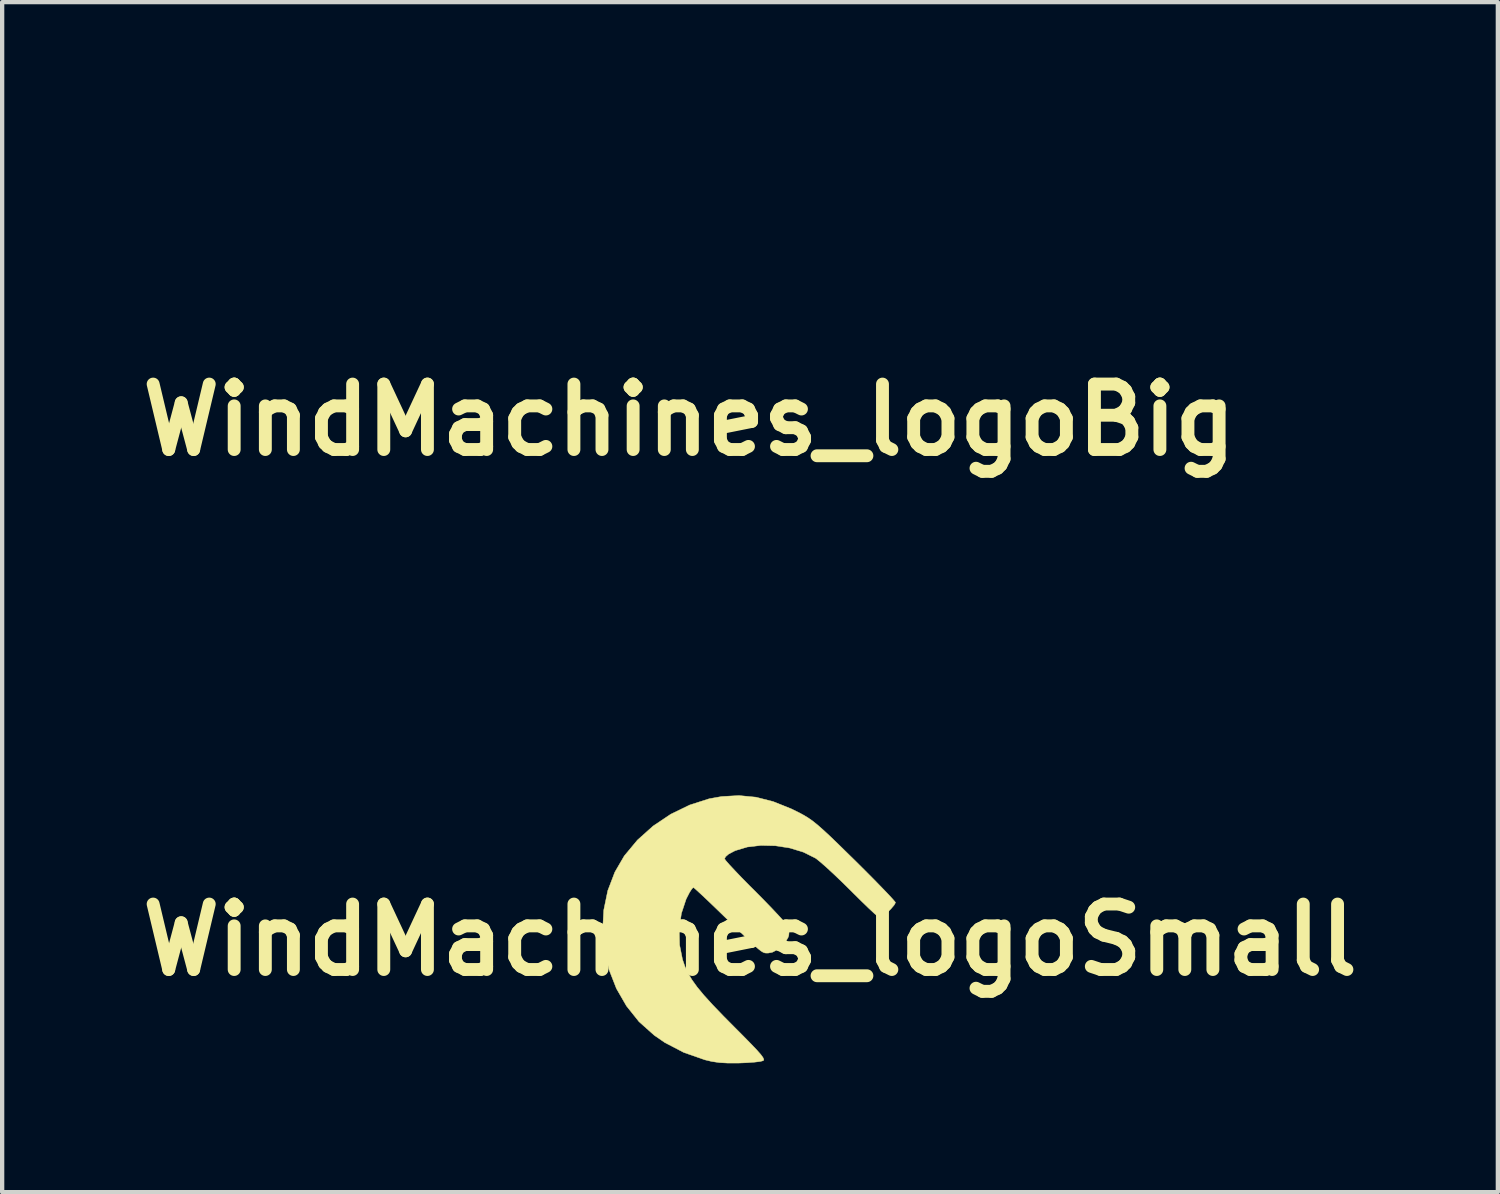
<source format=kicad_pcb>
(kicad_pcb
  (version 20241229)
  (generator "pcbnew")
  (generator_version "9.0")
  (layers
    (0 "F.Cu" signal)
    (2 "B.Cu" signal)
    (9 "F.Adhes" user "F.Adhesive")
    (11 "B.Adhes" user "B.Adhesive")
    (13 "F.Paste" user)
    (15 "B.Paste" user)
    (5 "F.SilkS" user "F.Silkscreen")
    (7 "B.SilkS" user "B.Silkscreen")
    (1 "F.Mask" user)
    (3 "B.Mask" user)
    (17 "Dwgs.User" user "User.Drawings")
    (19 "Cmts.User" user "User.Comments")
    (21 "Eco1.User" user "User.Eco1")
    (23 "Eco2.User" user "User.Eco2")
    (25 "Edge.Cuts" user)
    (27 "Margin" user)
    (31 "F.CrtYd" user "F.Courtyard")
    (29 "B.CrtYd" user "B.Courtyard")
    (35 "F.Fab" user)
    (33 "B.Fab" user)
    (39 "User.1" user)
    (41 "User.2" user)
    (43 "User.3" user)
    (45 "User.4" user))
  (footprint "WindMachines_logoBig"
    (layer "F.Cu")
    (at 12.998 6.727)
    (property "Reference" "WindMachines_logoBig" (at 0 0 0) (layer "F.SilkS") (effects (font (size 1.524 1.524) (thickness 0.3))))
    (attr through_hole)
    (fp_poly (pts (xy 0.276 -6.646) (xy 1.075 -6.443) (xy 1.917 -6.105) (xy 2.306 -5.914) (xy 2.516 -5.8) (xy 2.714 -5.679) (xy 2.918 -5.535) (xy 3.144 -5.354) (xy 3.411 -5.12) (xy 3.736 -4.817) (xy 4.137 -4.432) (xy 4.631 -3.948) (xy 4.889 -3.693) (xy 5.353 -3.232) (xy 5.776 -2.807) (xy 6.142 -2.433) (xy 6.438 -2.124) (xy 6.649 -1.896) (xy 6.76 -1.764) (xy 6.773 -1.739) (xy 6.715 -1.627) (xy 6.57 -1.454) (xy 6.384 -1.266) (xy 6.202 -1.106) (xy 6.07 -1.02) (xy 6.049 -1.016) (xy 5.967 -1.073) (xy 5.786 -1.234) (xy 5.523 -1.48) (xy 5.197 -1.795) (xy 4.828 -2.159) (xy 4.698 -2.289) (xy 4.295 -2.687) (xy 3.907 -3.058) (xy 3.558 -3.38) (xy 3.272 -3.631) (xy 3.075 -3.787) (xy 3.048 -3.806) (xy 2.492 -4.085) (xy 1.858 -4.278) (xy 1.184 -4.384) (xy 0.508 -4.4) (xy -0.129 -4.325) (xy -0.691 -4.157) (xy -0.995 -3.998) (xy -1.137 -3.873) (xy -1.185 -3.778) (xy -1.128 -3.693) (xy -0.966 -3.508) (xy -0.717 -3.239) (xy -0.397 -2.906) (xy -0.024 -2.526) (xy 0.217 -2.285) (xy 0.624 -1.875) (xy 0.996 -1.493) (xy 1.313 -1.156) (xy 1.557 -0.887) (xy 1.709 -0.705) (xy 1.746 -0.651) (xy 1.825 -0.437) (xy 1.805 -0.218) (xy 1.776 -0.121) (xy 1.609 0.172) (xy 1.342 0.42) (xy 1.034 0.578) (xy 0.851 0.611) (xy 0.767 0.614) (xy 0.693 0.607) (xy 0.613 0.579) (xy 0.513 0.518) (xy 0.376 0.41) (xy 0.189 0.244) (xy -0.065 0.006) (xy -0.399 -0.315) (xy -0.829 -0.733) (xy -1.207 -1.101) (xy -1.602 -1.483) (xy -1.959 -1.824) (xy -2.258 -2.106) (xy -2.482 -2.313) (xy -2.612 -2.426) (xy -2.635 -2.442) (xy -2.704 -2.385) (xy -2.818 -2.207) (xy -2.952 -1.946) (xy -2.977 -1.891) (xy -3.196 -1.233) (xy -3.298 -0.505) (xy -3.28 0.236) (xy -3.144 0.912) (xy -3.033 1.233) (xy -2.892 1.542) (xy -2.706 1.856) (xy -2.463 2.194) (xy -2.148 2.575) (xy -1.746 3.018) (xy -1.243 3.54) (xy -0.768 4.02) (xy -0.296 4.493) (xy 0.065 4.862) (xy 0.328 5.14) (xy 0.504 5.341) (xy 0.604 5.478) (xy 0.641 5.565) (xy 0.626 5.616) (xy 0.611 5.627) (xy 0.471 5.662) (xy 0.202 5.695) (xy -0.155 5.72) (xy -0.508 5.734) (xy -1.022 5.736) (xy -1.426 5.714) (xy -1.779 5.662) (xy -2.104 5.584) (xy -3.088 5.241) (xy -3.976 4.775) (xy -4.462 4.44) (xy -5.167 3.809) (xy -5.754 3.077) (xy -6.221 2.263) (xy -6.564 1.39) (xy -6.779 0.477) (xy -6.863 -0.454) (xy -6.812 -1.385) (xy -6.624 -2.293) (xy -6.294 -3.159) (xy -5.853 -3.914) (xy -5.242 -4.651) (xy -4.512 -5.303) (xy -3.691 -5.853) (xy -2.81 -6.283) (xy -1.899 -6.573) (xy -1.326 -6.676) (xy -0.513 -6.722) (xy 0.276 -6.646)) (stroke (width 0.01) (type solid)) (fill no) (layer "Eco2.User")))
  (footprint "WindMachines_logoSmall"
    (layer "F.Cu")
    (at 14.413 18.834)
    (property "Reference" "WindMachines_logoSmall" (at 0 0 0) (layer "F.SilkS") (effects (font (size 1.524 1.524) (thickness 0.3))))
    (attr through_hole)
    (fp_poly (pts (xy 0.138 -3.323) (xy 0.538 -3.221) (xy 0.958 -3.053) (xy 1.153 -2.957) (xy 1.258 -2.9) (xy 1.357 -2.839) (xy 1.459 -2.768) (xy 1.572 -2.677) (xy 1.705 -2.56) (xy 1.868 -2.409) (xy 2.068 -2.216) (xy 2.315 -1.974) (xy 2.445 -1.847) (xy 2.677 -1.616) (xy 2.888 -1.404) (xy 3.071 -1.216) (xy 3.219 -1.062) (xy 3.324 -0.948) (xy 3.38 -0.882) (xy 3.387 -0.869) (xy 3.358 -0.814) (xy 3.285 -0.727) (xy 3.192 -0.633) (xy 3.101 -0.553) (xy 3.035 -0.51) (xy 3.025 -0.508) (xy 2.984 -0.537) (xy 2.893 -0.617) (xy 2.761 -0.74) (xy 2.599 -0.897) (xy 2.414 -1.08) (xy 2.349 -1.145) (xy 2.147 -1.344) (xy 1.953 -1.529) (xy 1.779 -1.69) (xy 1.636 -1.815) (xy 1.538 -1.894) (xy 1.524 -1.903) (xy 1.246 -2.042) (xy 0.929 -2.139) (xy 0.592 -2.192) (xy 0.254 -2.2) (xy -0.065 -2.163) (xy -0.346 -2.078) (xy -0.497 -1.999) (xy -0.569 -1.937) (xy -0.593 -1.889) (xy -0.564 -1.847) (xy -0.483 -1.754) (xy -0.358 -1.62) (xy -0.199 -1.453) (xy -0.012 -1.263) (xy 0.109 -1.143) (xy 0.312 -0.938) (xy 0.498 -0.746) (xy 0.656 -0.578) (xy 0.779 -0.444) (xy 0.855 -0.353) (xy 0.873 -0.325) (xy 0.912 -0.219) (xy 0.903 -0.109) (xy 0.888 -0.06) (xy 0.804 0.086) (xy 0.671 0.21) (xy 0.517 0.289) (xy 0.425 0.306) (xy 0.384 0.307) (xy 0.347 0.304) (xy 0.307 0.29) (xy 0.256 0.259) (xy 0.188 0.205) (xy 0.094 0.122) (xy -0.032 0.003) (xy -0.199 -0.158) (xy -0.414 -0.366) (xy -0.604 -0.55) (xy -0.801 -0.741) (xy -0.979 -0.912) (xy -1.129 -1.053) (xy -1.241 -1.156) (xy -1.306 -1.213) (xy -1.317 -1.221) (xy -1.352 -1.192) (xy -1.409 -1.104) (xy -1.476 -0.973) (xy -1.489 -0.946) (xy -1.598 -0.616) (xy -1.649 -0.252) (xy -1.64 0.118) (xy -1.572 0.456) (xy -1.516 0.617) (xy -1.446 0.771) (xy -1.353 0.928) (xy -1.232 1.097) (xy -1.074 1.288) (xy -0.873 1.509) (xy -0.622 1.77) (xy -0.384 2.01) (xy -0.148 2.247) (xy 0.032 2.431) (xy 0.164 2.57) (xy 0.252 2.67) (xy 0.302 2.739) (xy 0.321 2.783) (xy 0.313 2.808) (xy 0.305 2.813) (xy 0.236 2.831) (xy 0.101 2.847) (xy -0.077 2.86) (xy -0.254 2.867) (xy -0.511 2.868) (xy -0.713 2.857) (xy -0.889 2.831) (xy -1.052 2.792) (xy -1.544 2.62) (xy -1.988 2.388) (xy -2.231 2.22) (xy -2.584 1.905) (xy -2.877 1.538) (xy -3.111 1.132) (xy -3.282 0.695) (xy -3.389 0.239) (xy -3.431 -0.227) (xy -3.406 -0.692) (xy -3.312 -1.147) (xy -3.147 -1.579) (xy -2.927 -1.957) (xy -2.621 -2.325) (xy -2.256 -2.652) (xy -1.845 -2.927) (xy -1.405 -3.141) (xy -0.949 -3.287) (xy -0.663 -3.338) (xy -0.257 -3.361) (xy 0.138 -3.323)) (stroke (width 0.01) (type solid)) (fill yes) (layer "F.SilkS")))
  (gr_rect
    (start -3 -3)
    (end 31.825 24.707)
    (stroke (width 0.1) (type default))
    (fill no)
    (layer "Edge.Cuts")))
</source>
